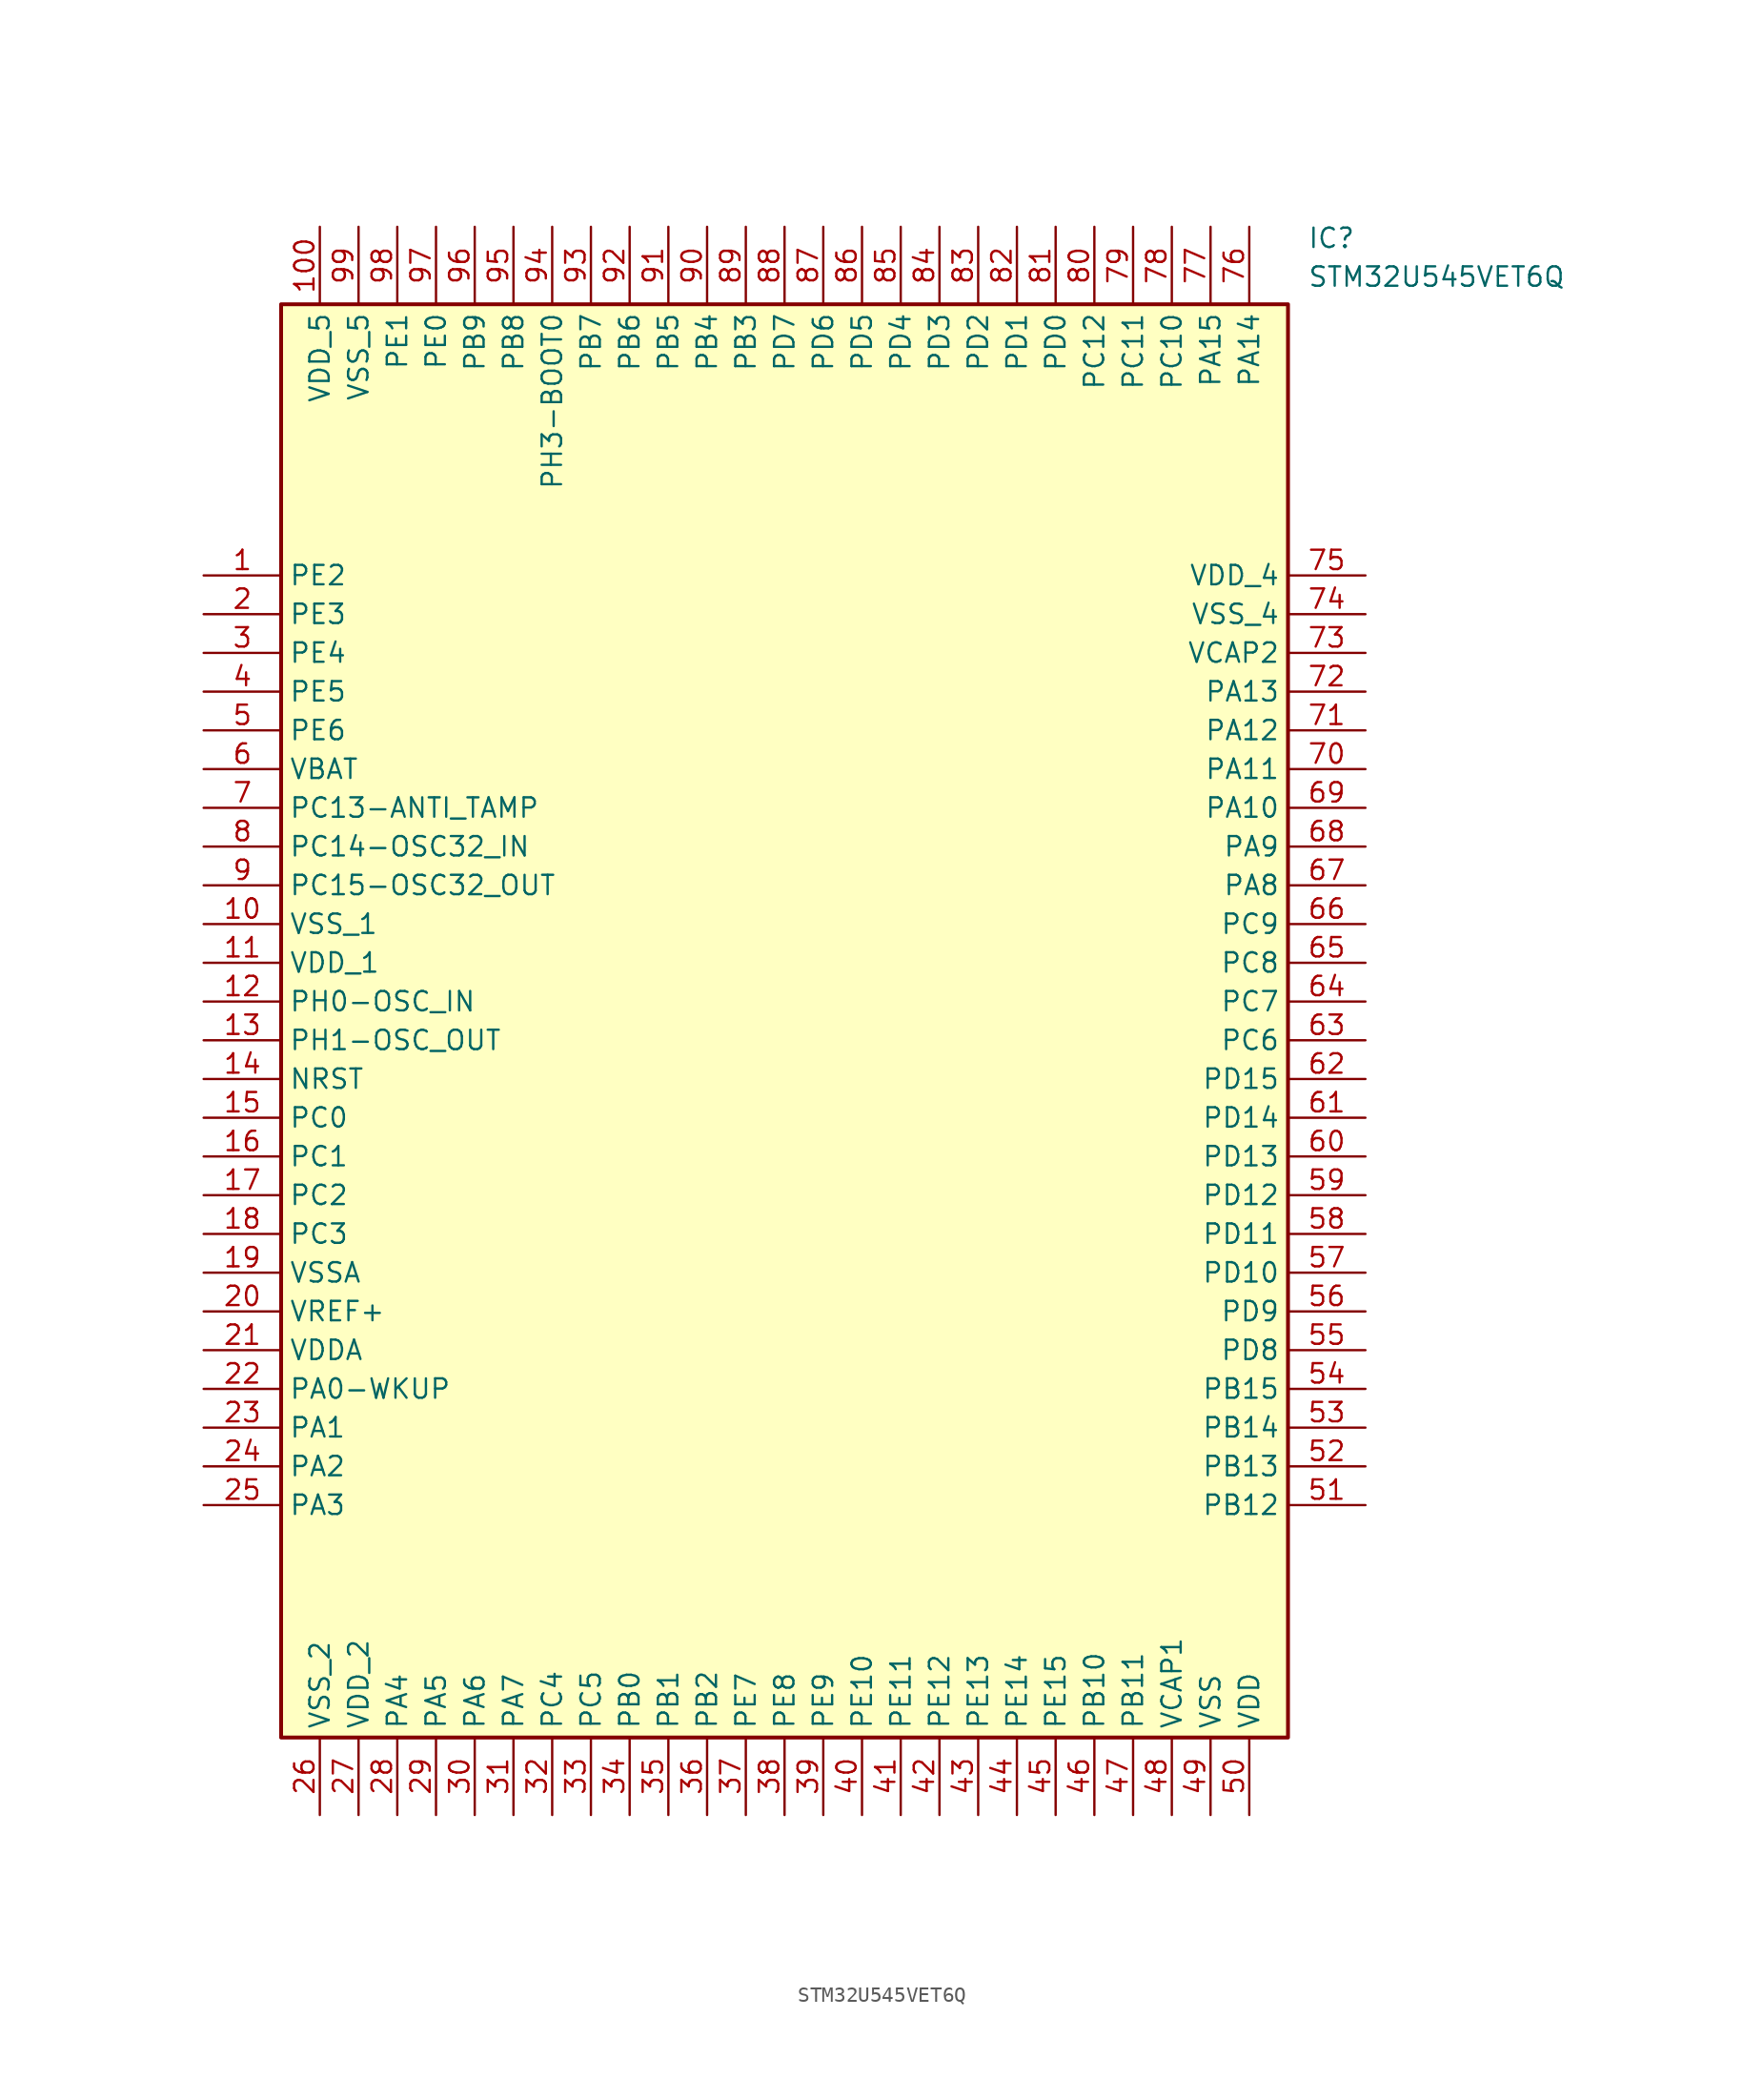
<source format=kicad_sym>
(kicad_symbol_lib
  (version 20241209)
  (generator "kicad_symbol_editor")
  (generator_version "9.0")
  (symbol "STM32U545VET6Q"
    (property "Reference" "IC"
      (at 72.39 22.86 0)
      (effects (font (size 1.27 1.27)) (justify left top)))
    (property "Value" "STM32U545VET6Q"
      (at 72.39 20.32 0)
      (effects (font (size 1.27 1.27)) (justify left top)))
    (symbol "STM32U545VET6Q_1_1"
      (rectangle (start 5.08 17.78) (end 71.12 -76.2) (stroke (width 0.254) (type default)) (fill (type background)))
      (pin passive line (at 0 0 0) (length 5.08) (name "PE2" (effects (font (size 1.27 1.27)))) (number "1" (effects (font (size 1.27 1.27)))))
      (pin passive line (at 0 -2.54 0) (length 5.08) (name "PE3" (effects (font (size 1.27 1.27)))) (number "2" (effects (font (size 1.27 1.27)))))
      (pin passive line (at 0 -5.08 0) (length 5.08) (name "PE4" (effects (font (size 1.27 1.27)))) (number "3" (effects (font (size 1.27 1.27)))))
      (pin passive line (at 0 -7.62 0) (length 5.08) (name "PE5" (effects (font (size 1.27 1.27)))) (number "4" (effects (font (size 1.27 1.27)))))
      (pin passive line (at 0 -10.16 0) (length 5.08) (name "PE6" (effects (font (size 1.27 1.27)))) (number "5" (effects (font (size 1.27 1.27)))))
      (pin passive line (at 0 -12.7 0) (length 5.08) (name "VBAT" (effects (font (size 1.27 1.27)))) (number "6" (effects (font (size 1.27 1.27)))))
      (pin passive line (at 0 -15.24 0) (length 5.08) (name "PC13-ANTI_TAMP" (effects (font (size 1.27 1.27)))) (number "7" (effects (font (size 1.27 1.27)))))
      (pin passive line (at 0 -17.78 0) (length 5.08) (name "PC14-OSC32_IN" (effects (font (size 1.27 1.27)))) (number "8" (effects (font (size 1.27 1.27)))))
      (pin passive line (at 0 -20.32 0) (length 5.08) (name "PC15-OSC32_OUT" (effects (font (size 1.27 1.27)))) (number "9" (effects (font (size 1.27 1.27)))))
      (pin passive line (at 0 -22.86 0) (length 5.08) (name "VSS_1" (effects (font (size 1.27 1.27)))) (number "10" (effects (font (size 1.27 1.27)))))
      (pin passive line (at 0 -25.4 0) (length 5.08) (name "VDD_1" (effects (font (size 1.27 1.27)))) (number "11" (effects (font (size 1.27 1.27)))))
      (pin passive line (at 0 -27.94 0) (length 5.08) (name "PH0-OSC_IN" (effects (font (size 1.27 1.27)))) (number "12" (effects (font (size 1.27 1.27)))))
      (pin passive line (at 0 -30.48 0) (length 5.08) (name "PH1-OSC_OUT" (effects (font (size 1.27 1.27)))) (number "13" (effects (font (size 1.27 1.27)))))
      (pin passive line (at 0 -33.02 0) (length 5.08) (name "NRST" (effects (font (size 1.27 1.27)))) (number "14" (effects (font (size 1.27 1.27)))))
      (pin passive line (at 0 -35.56 0) (length 5.08) (name "PC0" (effects (font (size 1.27 1.27)))) (number "15" (effects (font (size 1.27 1.27)))))
      (pin passive line (at 0 -38.1 0) (length 5.08) (name "PC1" (effects (font (size 1.27 1.27)))) (number "16" (effects (font (size 1.27 1.27)))))
      (pin passive line (at 0 -40.64 0) (length 5.08) (name "PC2" (effects (font (size 1.27 1.27)))) (number "17" (effects (font (size 1.27 1.27)))))
      (pin passive line (at 0 -43.18 0) (length 5.08) (name "PC3" (effects (font (size 1.27 1.27)))) (number "18" (effects (font (size 1.27 1.27)))))
      (pin passive line (at 0 -45.72 0) (length 5.08) (name "VSSA" (effects (font (size 1.27 1.27)))) (number "19" (effects (font (size 1.27 1.27)))))
      (pin passive line (at 0 -48.26 0) (length 5.08) (name "VREF+" (effects (font (size 1.27 1.27)))) (number "20" (effects (font (size 1.27 1.27)))))
      (pin passive line (at 0 -50.8 0) (length 5.08) (name "VDDA" (effects (font (size 1.27 1.27)))) (number "21" (effects (font (size 1.27 1.27)))))
      (pin passive line (at 0 -53.34 0) (length 5.08) (name "PA0-WKUP" (effects (font (size 1.27 1.27)))) (number "22" (effects (font (size 1.27 1.27)))))
      (pin passive line (at 0 -55.88 0) (length 5.08) (name "PA1" (effects (font (size 1.27 1.27)))) (number "23" (effects (font (size 1.27 1.27)))))
      (pin passive line (at 0 -58.42 0) (length 5.08) (name "PA2" (effects (font (size 1.27 1.27)))) (number "24" (effects (font (size 1.27 1.27)))))
      (pin passive line (at 0 -60.96 0) (length 5.08) (name "PA3" (effects (font (size 1.27 1.27)))) (number "25" (effects (font (size 1.27 1.27)))))
      (pin passive line (at 7.62 22.86 270) (length 5.08) (name "VDD_5" (effects (font (size 1.27 1.27)))) (number "100" (effects (font (size 1.27 1.27)))))
      (pin passive line (at 7.62 -81.28 90) (length 5.08) (name "VSS_2" (effects (font (size 1.27 1.27)))) (number "26" (effects (font (size 1.27 1.27)))))
      (pin passive line (at 10.16 22.86 270) (length 5.08) (name "VSS_5" (effects (font (size 1.27 1.27)))) (number "99" (effects (font (size 1.27 1.27)))))
      (pin passive line (at 10.16 -81.28 90) (length 5.08) (name "VDD_2" (effects (font (size 1.27 1.27)))) (number "27" (effects (font (size 1.27 1.27)))))
      (pin passive line (at 12.7 22.86 270) (length 5.08) (name "PE1" (effects (font (size 1.27 1.27)))) (number "98" (effects (font (size 1.27 1.27)))))
      (pin passive line (at 12.7 -81.28 90) (length 5.08) (name "PA4" (effects (font (size 1.27 1.27)))) (number "28" (effects (font (size 1.27 1.27)))))
      (pin passive line (at 15.24 22.86 270) (length 5.08) (name "PE0" (effects (font (size 1.27 1.27)))) (number "97" (effects (font (size 1.27 1.27)))))
      (pin passive line (at 15.24 -81.28 90) (length 5.08) (name "PA5" (effects (font (size 1.27 1.27)))) (number "29" (effects (font (size 1.27 1.27)))))
      (pin passive line (at 17.78 22.86 270) (length 5.08) (name "PB9" (effects (font (size 1.27 1.27)))) (number "96" (effects (font (size 1.27 1.27)))))
      (pin passive line (at 17.78 -81.28 90) (length 5.08) (name "PA6" (effects (font (size 1.27 1.27)))) (number "30" (effects (font (size 1.27 1.27)))))
      (pin passive line (at 20.32 22.86 270) (length 5.08) (name "PB8" (effects (font (size 1.27 1.27)))) (number "95" (effects (font (size 1.27 1.27)))))
      (pin passive line (at 20.32 -81.28 90) (length 5.08) (name "PA7" (effects (font (size 1.27 1.27)))) (number "31" (effects (font (size 1.27 1.27)))))
      (pin passive line (at 22.86 22.86 270) (length 5.08) (name "PH3-BOOT0" (effects (font (size 1.27 1.27)))) (number "94" (effects (font (size 1.27 1.27)))))
      (pin passive line (at 22.86 -81.28 90) (length 5.08) (name "PC4" (effects (font (size 1.27 1.27)))) (number "32" (effects (font (size 1.27 1.27)))))
      (pin passive line (at 25.4 22.86 270) (length 5.08) (name "PB7" (effects (font (size 1.27 1.27)))) (number "93" (effects (font (size 1.27 1.27)))))
      (pin passive line (at 25.4 -81.28 90) (length 5.08) (name "PC5" (effects (font (size 1.27 1.27)))) (number "33" (effects (font (size 1.27 1.27)))))
      (pin passive line (at 27.94 22.86 270) (length 5.08) (name "PB6" (effects (font (size 1.27 1.27)))) (number "92" (effects (font (size 1.27 1.27)))))
      (pin passive line (at 27.94 -81.28 90) (length 5.08) (name "PB0" (effects (font (size 1.27 1.27)))) (number "34" (effects (font (size 1.27 1.27)))))
      (pin passive line (at 30.48 22.86 270) (length 5.08) (name "PB5" (effects (font (size 1.27 1.27)))) (number "91" (effects (font (size 1.27 1.27)))))
      (pin passive line (at 30.48 -81.28 90) (length 5.08) (name "PB1" (effects (font (size 1.27 1.27)))) (number "35" (effects (font (size 1.27 1.27)))))
      (pin passive line (at 33.02 22.86 270) (length 5.08) (name "PB4" (effects (font (size 1.27 1.27)))) (number "90" (effects (font (size 1.27 1.27)))))
      (pin passive line (at 33.02 -81.28 90) (length 5.08) (name "PB2" (effects (font (size 1.27 1.27)))) (number "36" (effects (font (size 1.27 1.27)))))
      (pin passive line (at 35.56 22.86 270) (length 5.08) (name "PB3" (effects (font (size 1.27 1.27)))) (number "89" (effects (font (size 1.27 1.27)))))
      (pin passive line (at 35.56 -81.28 90) (length 5.08) (name "PE7" (effects (font (size 1.27 1.27)))) (number "37" (effects (font (size 1.27 1.27)))))
      (pin passive line (at 38.1 22.86 270) (length 5.08) (name "PD7" (effects (font (size 1.27 1.27)))) (number "88" (effects (font (size 1.27 1.27)))))
      (pin passive line (at 38.1 -81.28 90) (length 5.08) (name "PE8" (effects (font (size 1.27 1.27)))) (number "38" (effects (font (size 1.27 1.27)))))
      (pin passive line (at 40.64 22.86 270) (length 5.08) (name "PD6" (effects (font (size 1.27 1.27)))) (number "87" (effects (font (size 1.27 1.27)))))
      (pin passive line (at 40.64 -81.28 90) (length 5.08) (name "PE9" (effects (font (size 1.27 1.27)))) (number "39" (effects (font (size 1.27 1.27)))))
      (pin passive line (at 43.18 22.86 270) (length 5.08) (name "PD5" (effects (font (size 1.27 1.27)))) (number "86" (effects (font (size 1.27 1.27)))))
      (pin passive line (at 43.18 -81.28 90) (length 5.08) (name "PE10" (effects (font (size 1.27 1.27)))) (number "40" (effects (font (size 1.27 1.27)))))
      (pin passive line (at 45.72 22.86 270) (length 5.08) (name "PD4" (effects (font (size 1.27 1.27)))) (number "85" (effects (font (size 1.27 1.27)))))
      (pin passive line (at 45.72 -81.28 90) (length 5.08) (name "PE11" (effects (font (size 1.27 1.27)))) (number "41" (effects (font (size 1.27 1.27)))))
      (pin passive line (at 48.26 22.86 270) (length 5.08) (name "PD3" (effects (font (size 1.27 1.27)))) (number "84" (effects (font (size 1.27 1.27)))))
      (pin passive line (at 48.26 -81.28 90) (length 5.08) (name "PE12" (effects (font (size 1.27 1.27)))) (number "42" (effects (font (size 1.27 1.27)))))
      (pin passive line (at 50.8 22.86 270) (length 5.08) (name "PD2" (effects (font (size 1.27 1.27)))) (number "83" (effects (font (size 1.27 1.27)))))
      (pin passive line (at 50.8 -81.28 90) (length 5.08) (name "PE13" (effects (font (size 1.27 1.27)))) (number "43" (effects (font (size 1.27 1.27)))))
      (pin passive line (at 53.34 22.86 270) (length 5.08) (name "PD1" (effects (font (size 1.27 1.27)))) (number "82" (effects (font (size 1.27 1.27)))))
      (pin passive line (at 53.34 -81.28 90) (length 5.08) (name "PE14" (effects (font (size 1.27 1.27)))) (number "44" (effects (font (size 1.27 1.27)))))
      (pin passive line (at 55.88 22.86 270) (length 5.08) (name "PD0" (effects (font (size 1.27 1.27)))) (number "81" (effects (font (size 1.27 1.27)))))
      (pin passive line (at 55.88 -81.28 90) (length 5.08) (name "PE15" (effects (font (size 1.27 1.27)))) (number "45" (effects (font (size 1.27 1.27)))))
      (pin passive line (at 58.42 22.86 270) (length 5.08) (name "PC12" (effects (font (size 1.27 1.27)))) (number "80" (effects (font (size 1.27 1.27)))))
      (pin passive line (at 58.42 -81.28 90) (length 5.08) (name "PB10" (effects (font (size 1.27 1.27)))) (number "46" (effects (font (size 1.27 1.27)))))
      (pin passive line (at 60.96 22.86 270) (length 5.08) (name "PC11" (effects (font (size 1.27 1.27)))) (number "79" (effects (font (size 1.27 1.27)))))
      (pin passive line (at 60.96 -81.28 90) (length 5.08) (name "PB11" (effects (font (size 1.27 1.27)))) (number "47" (effects (font (size 1.27 1.27)))))
      (pin passive line (at 63.5 22.86 270) (length 5.08) (name "PC10" (effects (font (size 1.27 1.27)))) (number "78" (effects (font (size 1.27 1.27)))))
      (pin passive line (at 63.5 -81.28 90) (length 5.08) (name "VCAP1" (effects (font (size 1.27 1.27)))) (number "48" (effects (font (size 1.27 1.27)))))
      (pin passive line (at 66.04 22.86 270) (length 5.08) (name "PA15" (effects (font (size 1.27 1.27)))) (number "77" (effects (font (size 1.27 1.27)))))
      (pin passive line (at 66.04 -81.28 90) (length 5.08) (name "VSS" (effects (font (size 1.27 1.27)))) (number "49" (effects (font (size 1.27 1.27)))))
      (pin passive line (at 68.58 22.86 270) (length 5.08) (name "PA14" (effects (font (size 1.27 1.27)))) (number "76" (effects (font (size 1.27 1.27)))))
      (pin passive line (at 68.58 -81.28 90) (length 5.08) (name "VDD" (effects (font (size 1.27 1.27)))) (number "50" (effects (font (size 1.27 1.27)))))
      (pin passive line (at 76.2 0 180) (length 5.08) (name "VDD_4" (effects (font (size 1.27 1.27)))) (number "75" (effects (font (size 1.27 1.27)))))
      (pin passive line (at 76.2 -2.54 180) (length 5.08) (name "VSS_4" (effects (font (size 1.27 1.27)))) (number "74" (effects (font (size 1.27 1.27)))))
      (pin passive line (at 76.2 -5.08 180) (length 5.08) (name "VCAP2" (effects (font (size 1.27 1.27)))) (number "73" (effects (font (size 1.27 1.27)))))
      (pin passive line (at 76.2 -7.62 180) (length 5.08) (name "PA13" (effects (font (size 1.27 1.27)))) (number "72" (effects (font (size 1.27 1.27)))))
      (pin passive line (at 76.2 -10.16 180) (length 5.08) (name "PA12" (effects (font (size 1.27 1.27)))) (number "71" (effects (font (size 1.27 1.27)))))
      (pin passive line (at 76.2 -12.7 180) (length 5.08) (name "PA11" (effects (font (size 1.27 1.27)))) (number "70" (effects (font (size 1.27 1.27)))))
      (pin passive line (at 76.2 -15.24 180) (length 5.08) (name "PA10" (effects (font (size 1.27 1.27)))) (number "69" (effects (font (size 1.27 1.27)))))
      (pin passive line (at 76.2 -17.78 180) (length 5.08) (name "PA9" (effects (font (size 1.27 1.27)))) (number "68" (effects (font (size 1.27 1.27)))))
      (pin passive line (at 76.2 -20.32 180) (length 5.08) (name "PA8" (effects (font (size 1.27 1.27)))) (number "67" (effects (font (size 1.27 1.27)))))
      (pin passive line (at 76.2 -22.86 180) (length 5.08) (name "PC9" (effects (font (size 1.27 1.27)))) (number "66" (effects (font (size 1.27 1.27)))))
      (pin passive line (at 76.2 -25.4 180) (length 5.08) (name "PC8" (effects (font (size 1.27 1.27)))) (number "65" (effects (font (size 1.27 1.27)))))
      (pin passive line (at 76.2 -27.94 180) (length 5.08) (name "PC7" (effects (font (size 1.27 1.27)))) (number "64" (effects (font (size 1.27 1.27)))))
      (pin passive line (at 76.2 -30.48 180) (length 5.08) (name "PC6" (effects (font (size 1.27 1.27)))) (number "63" (effects (font (size 1.27 1.27)))))
      (pin passive line (at 76.2 -33.02 180) (length 5.08) (name "PD15" (effects (font (size 1.27 1.27)))) (number "62" (effects (font (size 1.27 1.27)))))
      (pin passive line (at 76.2 -35.56 180) (length 5.08) (name "PD14" (effects (font (size 1.27 1.27)))) (number "61" (effects (font (size 1.27 1.27)))))
      (pin passive line (at 76.2 -38.1 180) (length 5.08) (name "PD13" (effects (font (size 1.27 1.27)))) (number "60" (effects (font (size 1.27 1.27)))))
      (pin passive line (at 76.2 -40.64 180) (length 5.08) (name "PD12" (effects (font (size 1.27 1.27)))) (number "59" (effects (font (size 1.27 1.27)))))
      (pin passive line (at 76.2 -43.18 180) (length 5.08) (name "PD11" (effects (font (size 1.27 1.27)))) (number "58" (effects (font (size 1.27 1.27)))))
      (pin passive line (at 76.2 -45.72 180) (length 5.08) (name "PD10" (effects (font (size 1.27 1.27)))) (number "57" (effects (font (size 1.27 1.27)))))
      (pin passive line (at 76.2 -48.26 180) (length 5.08) (name "PD9" (effects (font (size 1.27 1.27)))) (number "56" (effects (font (size 1.27 1.27)))))
      (pin passive line (at 76.2 -50.8 180) (length 5.08) (name "PD8" (effects (font (size 1.27 1.27)))) (number "55" (effects (font (size 1.27 1.27)))))
      (pin passive line (at 76.2 -53.34 180) (length 5.08) (name "PB15" (effects (font (size 1.27 1.27)))) (number "54" (effects (font (size 1.27 1.27)))))
      (pin passive line (at 76.2 -55.88 180) (length 5.08) (name "PB14" (effects (font (size 1.27 1.27)))) (number "53" (effects (font (size 1.27 1.27)))))
      (pin passive line (at 76.2 -58.42 180) (length 5.08) (name "PB13" (effects (font (size 1.27 1.27)))) (number "52" (effects (font (size 1.27 1.27)))))
      (pin passive line (at 76.2 -60.96 180) (length 5.08) (name "PB12" (effects (font (size 1.27 1.27)))) (number "51" (effects (font (size 1.27 1.27))))))))
</source>
